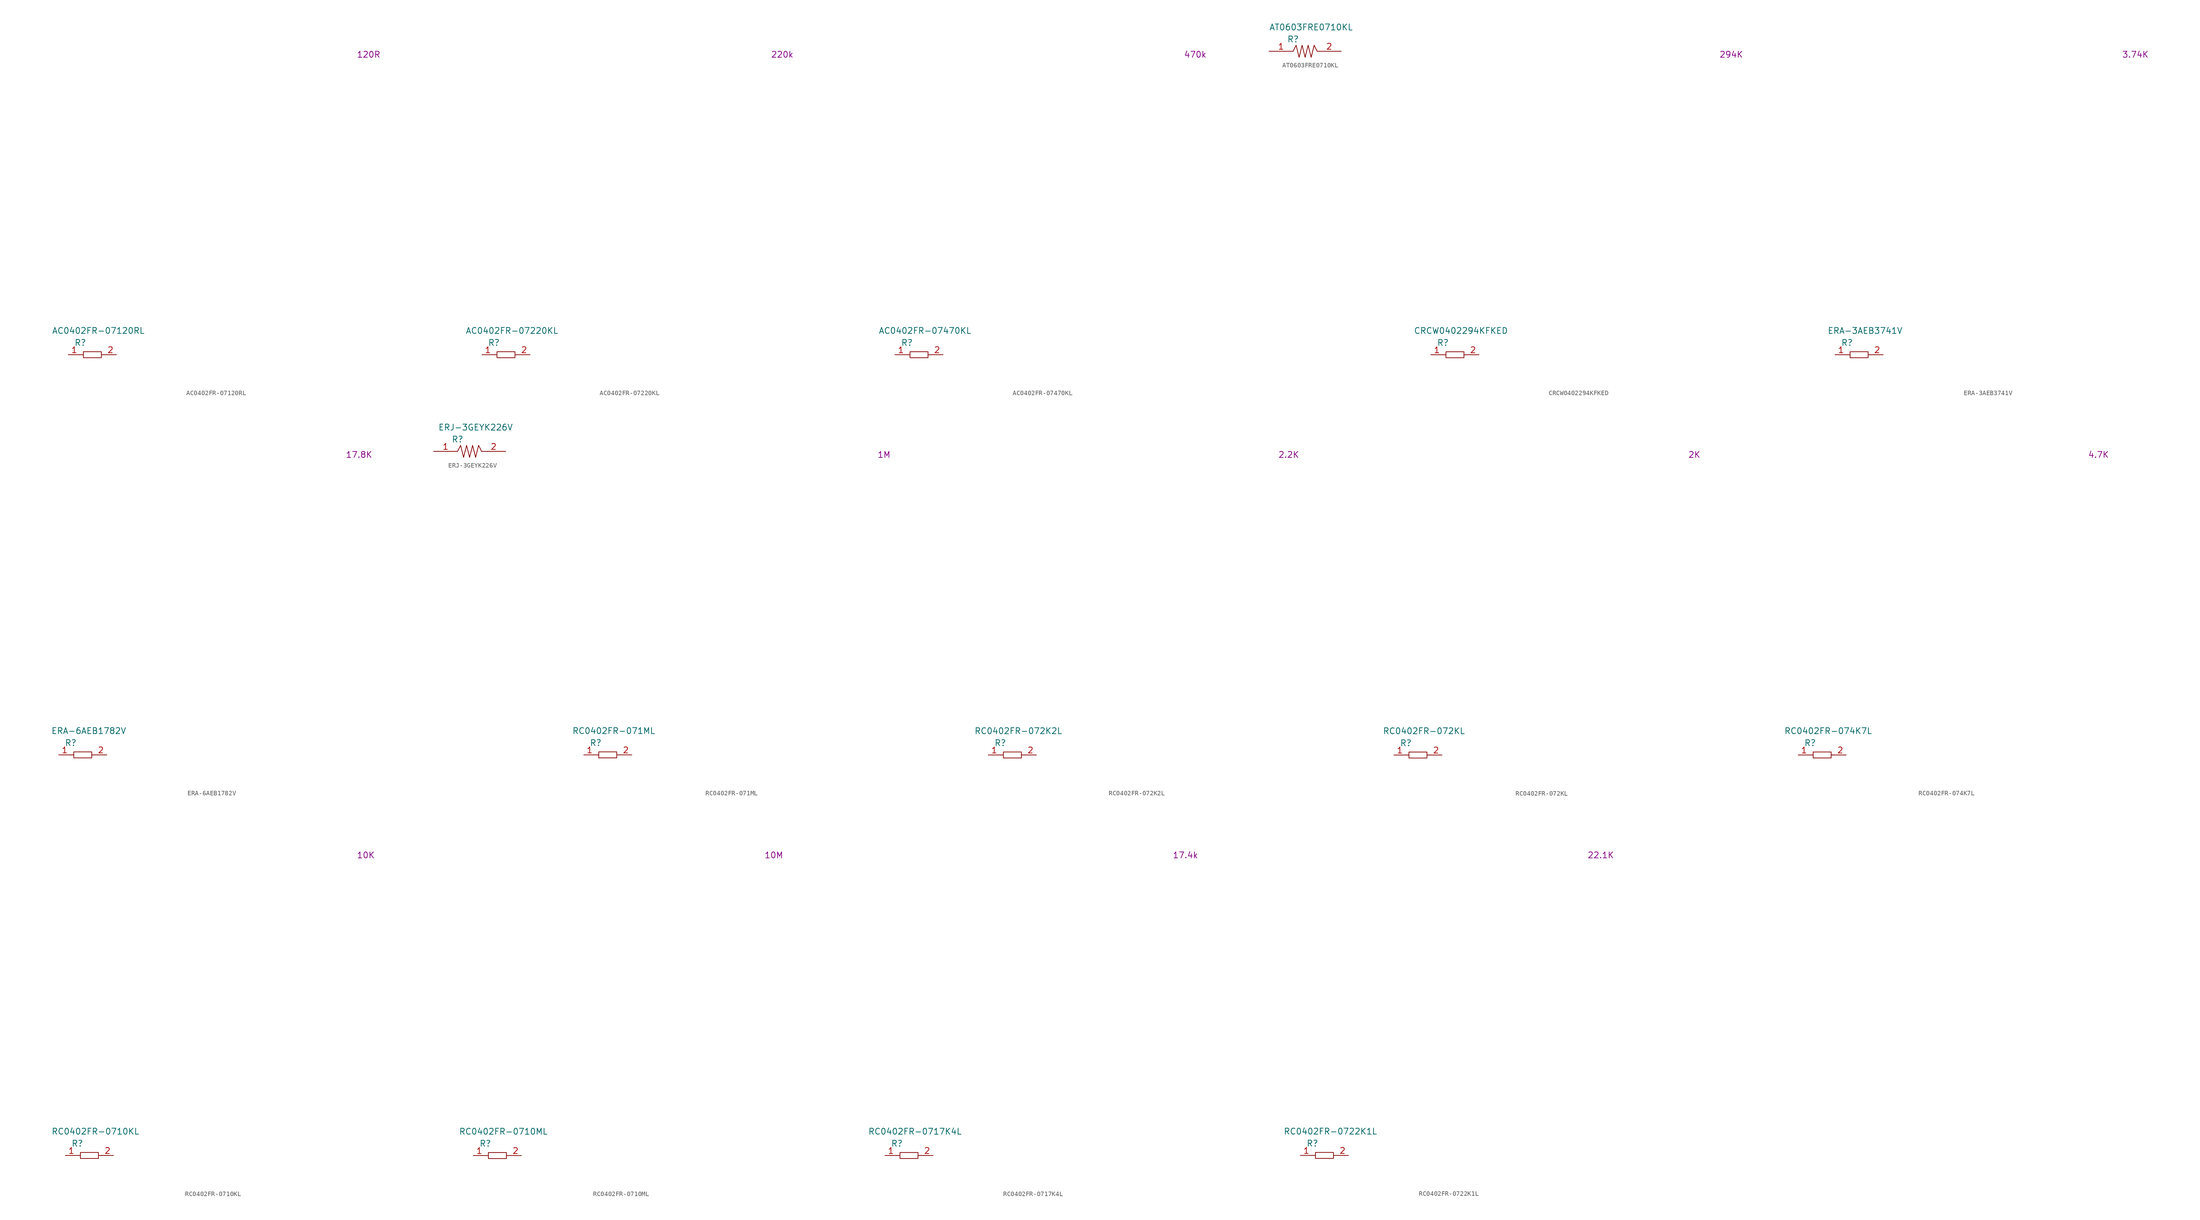
<source format=kicad_sym>
(kicad_symbol_lib
  (version 20231120)
  (generator "kicad_symbol_editor")
  (generator_version "8.0")
  (symbol "AC0402FR-07120RL"
    (pin_names
      (offset 1.016))
    (property "Reference" "R"
      (at -2.54 2.54 0)
      (effects (font (size 1.27 1.27))))
    (property "Value" "AC0402FR-07120RL"
      (at 1.27 5.08 0)
      (effects (font (size 1.27 1.27))))
    (property "_Value_" "120R"
      (at 58.42 63.5 0)
      (effects (font (size 1.27 1.27))))
    (symbol "AC0402FR-07120RL_0_1"
      (rectangle (start -1.905 0.635) (end 1.905 -0.635) (stroke (width 0) (type default)) (fill (type none)))
      (polyline (pts (xy -2.54 0) (xy -1.905 0)) (stroke (width 0) (type default)) (fill (type none)))
      (polyline (pts (xy -1.905 0) (xy -1.905 0)) (stroke (width 0) (type default)) (fill (type none)))
      (polyline (pts (xy 1.905 0) (xy 1.905 0)) (stroke (width 0) (type default)) (fill (type none)))
      (polyline (pts (xy 2.54 0) (xy 1.905 0)) (stroke (width 0) (type default)) (fill (type none))))
    (symbol "AC0402FR-07120RL_1_1"
      (pin passive line (at -5.08 0 0) (length 2.515) (name "~" (effects (font (size 1.27 1.27)))) (number "1" (effects (font (size 1.27 1.27)))))
      (pin passive line (at 5.08 0 180) (length 2.515) (name "~" (effects (font (size 1.27 1.27)))) (number "2" (effects (font (size 1.27 1.27)))))))
  (symbol "AC0402FR-07220KL"
    (pin_names
      (offset 1.016))
    (property "Reference" "R"
      (at -2.54 2.54 0)
      (effects (font (size 1.27 1.27))))
    (property "Value" "AC0402FR-07220KL"
      (at 1.27 5.08 0)
      (effects (font (size 1.27 1.27))))
    (property "_Value_" "220k"
      (at 58.42 63.5 0)
      (effects (font (size 1.27 1.27))))
    (symbol "AC0402FR-07220KL_0_1"
      (rectangle (start -1.905 0.635) (end 1.905 -0.635) (stroke (width 0) (type default)) (fill (type none)))
      (polyline (pts (xy -2.54 0) (xy -1.905 0)) (stroke (width 0) (type default)) (fill (type none)))
      (polyline (pts (xy -1.905 0) (xy -1.905 0)) (stroke (width 0) (type default)) (fill (type none)))
      (polyline (pts (xy 1.905 0) (xy 1.905 0)) (stroke (width 0) (type default)) (fill (type none)))
      (polyline (pts (xy 2.54 0) (xy 1.905 0)) (stroke (width 0) (type default)) (fill (type none))))
    (symbol "AC0402FR-07220KL_1_1"
      (pin passive line (at -5.08 0 0) (length 2.515) (name "~" (effects (font (size 1.27 1.27)))) (number "1" (effects (font (size 1.27 1.27)))))
      (pin passive line (at 5.08 0 180) (length 2.515) (name "~" (effects (font (size 1.27 1.27)))) (number "2" (effects (font (size 1.27 1.27)))))))
  (symbol "AC0402FR-07470KL"
    (pin_names
      (offset 1.016))
    (property "Reference" "R"
      (at -2.54 2.54 0)
      (effects (font (size 1.27 1.27))))
    (property "Value" "AC0402FR-07470KL"
      (at 1.27 5.08 0)
      (effects (font (size 1.27 1.27))))
    (property "_Value_" "470k"
      (at 58.42 63.5 0)
      (effects (font (size 1.27 1.27))))
    (symbol "AC0402FR-07470KL_0_1"
      (rectangle (start -1.905 0.635) (end 1.905 -0.635) (stroke (width 0) (type default)) (fill (type none)))
      (polyline (pts (xy -2.54 0) (xy -1.905 0)) (stroke (width 0) (type default)) (fill (type none)))
      (polyline (pts (xy -1.905 0) (xy -1.905 0)) (stroke (width 0) (type default)) (fill (type none)))
      (polyline (pts (xy 1.905 0) (xy 1.905 0)) (stroke (width 0) (type default)) (fill (type none)))
      (polyline (pts (xy 2.54 0) (xy 1.905 0)) (stroke (width 0) (type default)) (fill (type none))))
    (symbol "AC0402FR-07470KL_1_1"
      (pin passive line (at -5.08 0 0) (length 2.515) (name "~" (effects (font (size 1.27 1.27)))) (number "1" (effects (font (size 1.27 1.27)))))
      (pin passive line (at 5.08 0 180) (length 2.515) (name "~" (effects (font (size 1.27 1.27)))) (number "2" (effects (font (size 1.27 1.27)))))))
  (symbol "AT0603FRE0710KL"
    (pin_names
      (offset 1.016))
    (property "Reference" "R"
      (at -2.54 2.54 0)
      (effects (font (size 1.27 1.27))))
    (property "Value" "AT0603FRE0710KL"
      (at 1.27 5.08 0)
      (effects (font (size 1.27 1.27))))
    (symbol "AT0603FRE0710KL_1_1"
      (polyline (pts (xy -2.54 0) (xy -1.905 1.27) (xy -1.27 -1.27) (xy -0.635 1.27) (xy 0 -1.27) (xy 0.635 1.27) (xy 1.27 -1.27) (xy 1.905 1.27) (xy 2.54 0)) (stroke (width 0) (type default)) (fill (type none)))
      (pin passive line (at -7.62 0 0) (length 5.08) (name "~" (effects (font (size 1.27 1.27)))) (number "1" (effects (font (size 1.27 1.27)))))
      (pin passive line (at 7.62 0 180) (length 5.08) (name "~" (effects (font (size 1.27 1.27)))) (number "2" (effects (font (size 1.27 1.27)))))))
  (symbol "CRCW0402294KFKED"
    (pin_names
      (offset 1.016))
    (property "Reference" "R"
      (at -2.54 2.54 0)
      (effects (font (size 1.27 1.27))))
    (property "Value" "CRCW0402294KFKED"
      (at 1.27 5.08 0)
      (effects (font (size 1.27 1.27))))
    (property "_Value_" "294K"
      (at 58.42 63.5 0)
      (effects (font (size 1.27 1.27))))
    (symbol "CRCW0402294KFKED_0_1"
      (rectangle (start -1.905 0.635) (end 1.905 -0.635) (stroke (width 0) (type default)) (fill (type none)))
      (polyline (pts (xy -2.54 0) (xy -1.905 0)) (stroke (width 0) (type default)) (fill (type none)))
      (polyline (pts (xy -1.905 0) (xy -1.905 0)) (stroke (width 0) (type default)) (fill (type none)))
      (polyline (pts (xy 1.905 0) (xy 1.905 0)) (stroke (width 0) (type default)) (fill (type none)))
      (polyline (pts (xy 2.54 0) (xy 1.905 0)) (stroke (width 0) (type default)) (fill (type none))))
    (symbol "CRCW0402294KFKED_1_1"
      (pin passive line (at -5.08 0 0) (length 2.515) (name "~" (effects (font (size 1.27 1.27)))) (number "1" (effects (font (size 1.27 1.27)))))
      (pin passive line (at 5.08 0 180) (length 2.515) (name "~" (effects (font (size 1.27 1.27)))) (number "2" (effects (font (size 1.27 1.27)))))))
  (symbol "ERA-3AEB3741V"
    (pin_names
      (offset 1.016))
    (property "Reference" "R"
      (at -2.54 2.54 0)
      (effects (font (size 1.27 1.27))))
    (property "Value" "ERA-3AEB3741V"
      (at 1.27 5.08 0)
      (effects (font (size 1.27 1.27))))
    (property "_Value_" "3.74K"
      (at 58.42 63.5 0)
      (effects (font (size 1.27 1.27))))
    (symbol "ERA-3AEB3741V_0_1"
      (rectangle (start -1.905 0.635) (end 1.905 -0.635) (stroke (width 0) (type default)) (fill (type none)))
      (polyline (pts (xy -2.54 0) (xy -1.905 0)) (stroke (width 0) (type default)) (fill (type none)))
      (polyline (pts (xy -1.905 0) (xy -1.905 0)) (stroke (width 0) (type default)) (fill (type none)))
      (polyline (pts (xy 1.905 0) (xy 1.905 0)) (stroke (width 0) (type default)) (fill (type none)))
      (polyline (pts (xy 2.54 0) (xy 1.905 0)) (stroke (width 0) (type default)) (fill (type none))))
    (symbol "ERA-3AEB3741V_1_1"
      (pin passive line (at -5.08 0 0) (length 2.515) (name "~" (effects (font (size 1.27 1.27)))) (number "1" (effects (font (size 1.27 1.27)))))
      (pin passive line (at 5.08 0 180) (length 2.515) (name "~" (effects (font (size 1.27 1.27)))) (number "2" (effects (font (size 1.27 1.27)))))))
  (symbol "ERA-6AEB1782V"
    (pin_names
      (offset 1.016))
    (property "Reference" "R"
      (at -2.54 2.54 0)
      (effects (font (size 1.27 1.27))))
    (property "Value" "ERA-6AEB1782V"
      (at 1.27 5.08 0)
      (effects (font (size 1.27 1.27))))
    (property "_Value_" "17.8K"
      (at 58.42 63.5 0)
      (effects (font (size 1.27 1.27))))
    (symbol "ERA-6AEB1782V_0_1"
      (rectangle (start -1.905 0.635) (end 1.905 -0.635) (stroke (width 0) (type default)) (fill (type none)))
      (polyline (pts (xy -2.54 0) (xy -1.905 0)) (stroke (width 0) (type default)) (fill (type none)))
      (polyline (pts (xy -1.905 0) (xy -1.905 0)) (stroke (width 0) (type default)) (fill (type none)))
      (polyline (pts (xy 1.905 0) (xy 1.905 0)) (stroke (width 0) (type default)) (fill (type none)))
      (polyline (pts (xy 2.54 0) (xy 1.905 0)) (stroke (width 0) (type default)) (fill (type none))))
    (symbol "ERA-6AEB1782V_1_1"
      (pin passive line (at -5.08 0 0) (length 2.515) (name "~" (effects (font (size 1.27 1.27)))) (number "1" (effects (font (size 1.27 1.27)))))
      (pin passive line (at 5.08 0 180) (length 2.515) (name "~" (effects (font (size 1.27 1.27)))) (number "2" (effects (font (size 1.27 1.27)))))))
  (symbol "ERJ-3GEYK226V"
    (pin_names
      (offset 1.016))
    (property "Reference" "R"
      (at -2.54 2.54 0)
      (effects (font (size 1.27 1.27))))
    (property "Value" "ERJ-3GEYK226V"
      (at 1.27 5.08 0)
      (effects (font (size 1.27 1.27))))
    (symbol "ERJ-3GEYK226V_1_1"
      (polyline (pts (xy -2.54 0) (xy -1.905 1.27) (xy -1.27 -1.27) (xy -0.635 1.27) (xy 0 -1.27) (xy 0.635 1.27) (xy 1.27 -1.27) (xy 1.905 1.27) (xy 2.54 0)) (stroke (width 0) (type default)) (fill (type none)))
      (pin passive line (at -7.62 0 0) (length 5.08) (name "~" (effects (font (size 1.27 1.27)))) (number "1" (effects (font (size 1.27 1.27)))))
      (pin passive line (at 7.62 0 180) (length 5.08) (name "~" (effects (font (size 1.27 1.27)))) (number "2" (effects (font (size 1.27 1.27)))))))
  (symbol "RC0402FR-071ML"
    (pin_names
      (offset 1.016))
    (property "Reference" "R"
      (at -2.54 2.54 0)
      (effects (font (size 1.27 1.27))))
    (property "Value" "RC0402FR-071ML"
      (at 1.27 5.08 0)
      (effects (font (size 1.27 1.27))))
    (property "_Value_" "1M"
      (at 58.42 63.5 0)
      (effects (font (size 1.27 1.27))))
    (symbol "RC0402FR-071ML_0_1"
      (rectangle (start -1.905 0.635) (end 1.905 -0.635) (stroke (width 0) (type default)) (fill (type none)))
      (polyline (pts (xy -2.54 0) (xy -1.905 0)) (stroke (width 0) (type default)) (fill (type none)))
      (polyline (pts (xy -1.905 0) (xy -1.905 0)) (stroke (width 0) (type default)) (fill (type none)))
      (polyline (pts (xy 1.905 0) (xy 1.905 0)) (stroke (width 0) (type default)) (fill (type none)))
      (polyline (pts (xy 2.54 0) (xy 1.905 0)) (stroke (width 0) (type default)) (fill (type none))))
    (symbol "RC0402FR-071ML_1_1"
      (pin passive line (at -5.08 0 0) (length 2.515) (name "~" (effects (font (size 1.27 1.27)))) (number "1" (effects (font (size 1.27 1.27)))))
      (pin passive line (at 5.08 0 180) (length 2.515) (name "~" (effects (font (size 1.27 1.27)))) (number "2" (effects (font (size 1.27 1.27)))))))
  (symbol "RC0402FR-072K2L"
    (pin_names
      (offset 1.016))
    (property "Reference" "R"
      (at -2.54 2.54 0)
      (effects (font (size 1.27 1.27))))
    (property "Value" "RC0402FR-072K2L"
      (at 1.27 5.08 0)
      (effects (font (size 1.27 1.27))))
    (property "_Value_" "2.2K"
      (at 58.42 63.5 0)
      (effects (font (size 1.27 1.27))))
    (symbol "RC0402FR-072K2L_0_1"
      (rectangle (start -1.905 0.635) (end 1.905 -0.635) (stroke (width 0) (type default)) (fill (type none)))
      (polyline (pts (xy -2.54 0) (xy -1.905 0)) (stroke (width 0) (type default)) (fill (type none)))
      (polyline (pts (xy -1.905 0) (xy -1.905 0)) (stroke (width 0) (type default)) (fill (type none)))
      (polyline (pts (xy 1.905 0) (xy 1.905 0)) (stroke (width 0) (type default)) (fill (type none)))
      (polyline (pts (xy 2.54 0) (xy 1.905 0)) (stroke (width 0) (type default)) (fill (type none))))
    (symbol "RC0402FR-072K2L_1_1"
      (pin passive line (at -5.08 0 0) (length 2.515) (name "~" (effects (font (size 1.27 1.27)))) (number "1" (effects (font (size 1.27 1.27)))))
      (pin passive line (at 5.08 0 180) (length 2.515) (name "~" (effects (font (size 1.27 1.27)))) (number "2" (effects (font (size 1.27 1.27)))))))
  (symbol "RC0402FR-072KL"
    (pin_names
      (offset 1.016))
    (property "Reference" "R"
      (at -2.54 2.54 0)
      (effects (font (size 1.27 1.27))))
    (property "Value" "RC0402FR-072KL"
      (at 1.27 5.08 0)
      (effects (font (size 1.27 1.27))))
    (property "_Value_" "2K"
      (at 58.42 63.5 0)
      (effects (font (size 1.27 1.27))))
    (symbol "RC0402FR-072KL_0_1"
      (rectangle (start -1.905 0.635) (end 1.905 -0.635) (stroke (width 0) (type default)) (fill (type none)))
      (polyline (pts (xy -2.54 0) (xy -1.905 0)) (stroke (width 0) (type default)) (fill (type none)))
      (polyline (pts (xy -1.905 0) (xy -1.905 0)) (stroke (width 0) (type default)) (fill (type none)))
      (polyline (pts (xy 1.905 0) (xy 1.905 0)) (stroke (width 0) (type default)) (fill (type none)))
      (polyline (pts (xy 2.54 0) (xy 1.905 0)) (stroke (width 0) (type default)) (fill (type none))))
    (symbol "RC0402FR-072KL_1_1"
      (pin passive line (at -5.08 0 0) (length 2.515) (name "~" (effects (font (size 1.27 1.27)))) (number "1" (effects (font (size 1.27 1.27)))))
      (pin passive line (at 5.08 0 180) (length 2.515) (name "~" (effects (font (size 1.27 1.27)))) (number "2" (effects (font (size 1.27 1.27)))))))
  (symbol "RC0402FR-074K7L"
    (pin_names
      (offset 1.016))
    (property "Reference" "R"
      (at -2.54 2.54 0)
      (effects (font (size 1.27 1.27))))
    (property "Value" "RC0402FR-074K7L"
      (at 1.27 5.08 0)
      (effects (font (size 1.27 1.27))))
    (property "_Value_" "4.7K"
      (at 58.42 63.5 0)
      (effects (font (size 1.27 1.27))))
    (symbol "RC0402FR-074K7L_0_1"
      (rectangle (start -1.905 0.635) (end 1.905 -0.635) (stroke (width 0) (type default)) (fill (type none)))
      (polyline (pts (xy -2.54 0) (xy -1.905 0)) (stroke (width 0) (type default)) (fill (type none)))
      (polyline (pts (xy -1.905 0) (xy -1.905 0)) (stroke (width 0) (type default)) (fill (type none)))
      (polyline (pts (xy 1.905 0) (xy 1.905 0)) (stroke (width 0) (type default)) (fill (type none)))
      (polyline (pts (xy 2.54 0) (xy 1.905 0)) (stroke (width 0) (type default)) (fill (type none))))
    (symbol "RC0402FR-074K7L_1_1"
      (pin passive line (at -5.08 0 0) (length 2.515) (name "~" (effects (font (size 1.27 1.27)))) (number "1" (effects (font (size 1.27 1.27)))))
      (pin passive line (at 5.08 0 180) (length 2.515) (name "~" (effects (font (size 1.27 1.27)))) (number "2" (effects (font (size 1.27 1.27)))))))
  (symbol "RC0402FR-0710KL"
    (pin_names
      (offset 1.016))
    (property "Reference" "R"
      (at -2.54 2.54 0)
      (effects (font (size 1.27 1.27))))
    (property "Value" "RC0402FR-0710KL"
      (at 1.27 5.08 0)
      (effects (font (size 1.27 1.27))))
    (property "_Value_" "10K"
      (at 58.42 63.5 0)
      (effects (font (size 1.27 1.27))))
    (symbol "RC0402FR-0710KL_0_1"
      (rectangle (start -1.905 0.635) (end 1.905 -0.635) (stroke (width 0) (type default)) (fill (type none)))
      (polyline (pts (xy -2.54 0) (xy -1.905 0)) (stroke (width 0) (type default)) (fill (type none)))
      (polyline (pts (xy -1.905 0) (xy -1.905 0)) (stroke (width 0) (type default)) (fill (type none)))
      (polyline (pts (xy 1.905 0) (xy 1.905 0)) (stroke (width 0) (type default)) (fill (type none)))
      (polyline (pts (xy 2.54 0) (xy 1.905 0)) (stroke (width 0) (type default)) (fill (type none))))
    (symbol "RC0402FR-0710KL_1_1"
      (pin passive line (at -5.08 0 0) (length 2.515) (name "~" (effects (font (size 1.27 1.27)))) (number "1" (effects (font (size 1.27 1.27)))))
      (pin passive line (at 5.08 0 180) (length 2.515) (name "~" (effects (font (size 1.27 1.27)))) (number "2" (effects (font (size 1.27 1.27)))))))
  (symbol "RC0402FR-0710ML"
    (pin_names
      (offset 1.016))
    (property "Reference" "R"
      (at -2.54 2.54 0)
      (effects (font (size 1.27 1.27))))
    (property "Value" "RC0402FR-0710ML"
      (at 1.27 5.08 0)
      (effects (font (size 1.27 1.27))))
    (property "_Value_" "10M"
      (at 58.42 63.5 0)
      (effects (font (size 1.27 1.27))))
    (symbol "RC0402FR-0710ML_0_1"
      (rectangle (start -1.905 0.635) (end 1.905 -0.635) (stroke (width 0) (type default)) (fill (type none)))
      (polyline (pts (xy -2.54 0) (xy -1.905 0)) (stroke (width 0) (type default)) (fill (type none)))
      (polyline (pts (xy -1.905 0) (xy -1.905 0)) (stroke (width 0) (type default)) (fill (type none)))
      (polyline (pts (xy 1.905 0) (xy 1.905 0)) (stroke (width 0) (type default)) (fill (type none)))
      (polyline (pts (xy 2.54 0) (xy 1.905 0)) (stroke (width 0) (type default)) (fill (type none))))
    (symbol "RC0402FR-0710ML_1_1"
      (pin passive line (at -5.08 0 0) (length 2.515) (name "~" (effects (font (size 1.27 1.27)))) (number "1" (effects (font (size 1.27 1.27)))))
      (pin passive line (at 5.08 0 180) (length 2.515) (name "~" (effects (font (size 1.27 1.27)))) (number "2" (effects (font (size 1.27 1.27)))))))
  (symbol "RC0402FR-0717K4L"
    (pin_names
      (offset 1.016))
    (property "Reference" "R"
      (at -2.54 2.54 0)
      (effects (font (size 1.27 1.27))))
    (property "Value" "RC0402FR-0717K4L"
      (at 1.27 5.08 0)
      (effects (font (size 1.27 1.27))))
    (property "_Value_" "17.4k"
      (at 58.42 63.5 0)
      (effects (font (size 1.27 1.27))))
    (symbol "RC0402FR-0717K4L_0_1"
      (rectangle (start -1.905 0.635) (end 1.905 -0.635) (stroke (width 0) (type default)) (fill (type none)))
      (polyline (pts (xy -2.54 0) (xy -1.905 0)) (stroke (width 0) (type default)) (fill (type none)))
      (polyline (pts (xy -1.905 0) (xy -1.905 0)) (stroke (width 0) (type default)) (fill (type none)))
      (polyline (pts (xy 1.905 0) (xy 1.905 0)) (stroke (width 0) (type default)) (fill (type none)))
      (polyline (pts (xy 2.54 0) (xy 1.905 0)) (stroke (width 0) (type default)) (fill (type none))))
    (symbol "RC0402FR-0717K4L_1_1"
      (pin passive line (at -5.08 0 0) (length 2.515) (name "~" (effects (font (size 1.27 1.27)))) (number "1" (effects (font (size 1.27 1.27)))))
      (pin passive line (at 5.08 0 180) (length 2.515) (name "~" (effects (font (size 1.27 1.27)))) (number "2" (effects (font (size 1.27 1.27)))))))
  (symbol "RC0402FR-0722K1L"
    (pin_names
      (offset 1.016))
    (property "Reference" "R"
      (at -2.54 2.54 0)
      (effects (font (size 1.27 1.27))))
    (property "Value" "RC0402FR-0722K1L"
      (at 1.27 5.08 0)
      (effects (font (size 1.27 1.27))))
    (property "_Value_" "22.1K"
      (at 58.42 63.5 0)
      (effects (font (size 1.27 1.27))))
    (symbol "RC0402FR-0722K1L_0_1"
      (rectangle (start -1.905 0.635) (end 1.905 -0.635) (stroke (width 0) (type default)) (fill (type none)))
      (polyline (pts (xy -2.54 0) (xy -1.905 0)) (stroke (width 0) (type default)) (fill (type none)))
      (polyline (pts (xy -1.905 0) (xy -1.905 0)) (stroke (width 0) (type default)) (fill (type none)))
      (polyline (pts (xy 1.905 0) (xy 1.905 0)) (stroke (width 0) (type default)) (fill (type none)))
      (polyline (pts (xy 2.54 0) (xy 1.905 0)) (stroke (width 0) (type default)) (fill (type none))))
    (symbol "RC0402FR-0722K1L_1_1"
      (pin passive line (at -5.08 0 0) (length 2.515) (name "~" (effects (font (size 1.27 1.27)))) (number "1" (effects (font (size 1.27 1.27)))))
      (pin passive line (at 5.08 0 180) (length 2.515) (name "~" (effects (font (size 1.27 1.27)))) (number "2" (effects (font (size 1.27 1.27))))))))
</source>
